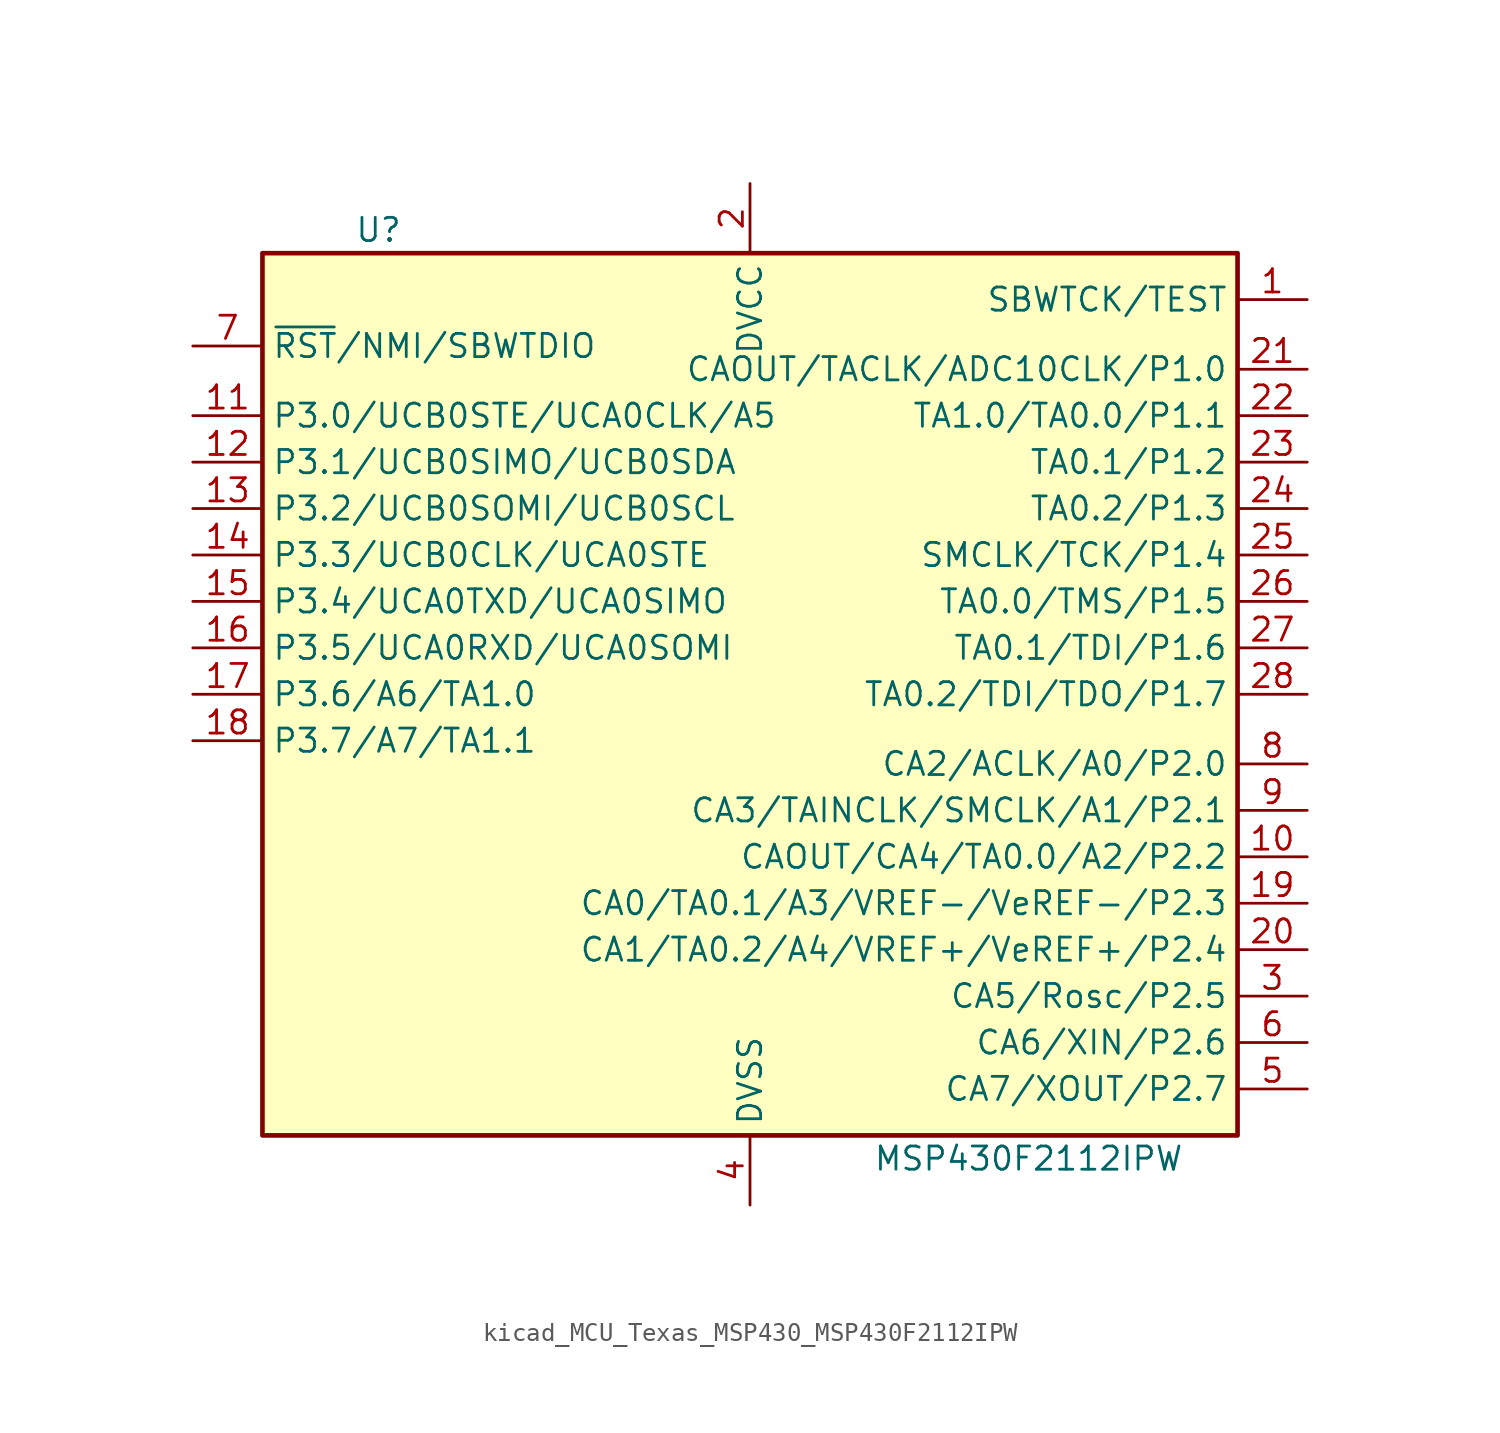
<source format=kicad_sym>
(kicad_symbol_lib
  (version 20220914)
  (generator kicad_symbol_editor)
  (symbol "kicad_MCU_Texas_MSP430_MSP430F2112IPW"
    (property "Reference" "U"
      (at -20.32 25.4 0)
      (effects (font (size 1.27 1.27))))
    (property "Value" "MSP430F2112IPW"
      (at 15.24 -25.4 0)
      (effects (font (size 1.27 1.27))))
    (symbol "kicad_MCU_Texas_MSP430_MSP430F2112IPW_0_1"
      (rectangle (start -26.67 24.13) (end 26.67 -24.13) (stroke (width 0.254) (type default)) (fill (type background))))
    (symbol "kicad_MCU_Texas_MSP430_MSP430F2112IPW_1_1"
      (pin input line (at 30.48 21.59 180) (length 3.81) (name "SBWTCK/TEST" (effects (font (size 1.27 1.27)))) (number "1" (effects (font (size 1.27 1.27)))))
      (pin bidirectional line (at 30.48 -8.89 180) (length 3.81) (name "CAOUT/CA4/TA0.0/A2/P2.2" (effects (font (size 1.27 1.27)))) (number "10" (effects (font (size 1.27 1.27)))))
      (pin bidirectional line (at -30.48 15.24 0) (length 3.81) (name "P3.0/UCB0STE/UCA0CLK/A5" (effects (font (size 1.27 1.27)))) (number "11" (effects (font (size 1.27 1.27)))))
      (pin bidirectional line (at -30.48 12.7 0) (length 3.81) (name "P3.1/UCB0SIMO/UCB0SDA" (effects (font (size 1.27 1.27)))) (number "12" (effects (font (size 1.27 1.27)))))
      (pin bidirectional line (at -30.48 10.16 0) (length 3.81) (name "P3.2/UCB0SOMI/UCB0SCL" (effects (font (size 1.27 1.27)))) (number "13" (effects (font (size 1.27 1.27)))))
      (pin bidirectional line (at -30.48 7.62 0) (length 3.81) (name "P3.3/UCB0CLK/UCA0STE" (effects (font (size 1.27 1.27)))) (number "14" (effects (font (size 1.27 1.27)))))
      (pin bidirectional line (at -30.48 5.08 0) (length 3.81) (name "P3.4/UCA0TXD/UCA0SIMO" (effects (font (size 1.27 1.27)))) (number "15" (effects (font (size 1.27 1.27)))))
      (pin bidirectional line (at -30.48 2.54 0) (length 3.81) (name "P3.5/UCA0RXD/UCA0SOMI" (effects (font (size 1.27 1.27)))) (number "16" (effects (font (size 1.27 1.27)))))
      (pin bidirectional line (at -30.48 0 0) (length 3.81) (name "P3.6/A6/TA1.0" (effects (font (size 1.27 1.27)))) (number "17" (effects (font (size 1.27 1.27)))))
      (pin bidirectional line (at -30.48 -2.54 0) (length 3.81) (name "P3.7/A7/TA1.1" (effects (font (size 1.27 1.27)))) (number "18" (effects (font (size 1.27 1.27)))))
      (pin bidirectional line (at 30.48 -11.43 180) (length 3.81) (name "CA0/TA0.1/A3/VREF-/VeREF-/P2.3" (effects (font (size 1.27 1.27)))) (number "19" (effects (font (size 1.27 1.27)))))
      (pin power_in line (at 0 27.94 270) (length 3.81) (name "DVCC" (effects (font (size 1.27 1.27)))) (number "2" (effects (font (size 1.27 1.27)))))
      (pin bidirectional line (at 30.48 -13.97 180) (length 3.81) (name "CA1/TA0.2/A4/VREF+/VeREF+/P2.4" (effects (font (size 1.27 1.27)))) (number "20" (effects (font (size 1.27 1.27)))))
      (pin bidirectional line (at 30.48 17.78 180) (length 3.81) (name "CAOUT/TACLK/ADC10CLK/P1.0" (effects (font (size 1.27 1.27)))) (number "21" (effects (font (size 1.27 1.27)))))
      (pin bidirectional line (at 30.48 15.24 180) (length 3.81) (name "TA1.0/TA0.0/P1.1" (effects (font (size 1.27 1.27)))) (number "22" (effects (font (size 1.27 1.27)))))
      (pin bidirectional line (at 30.48 12.7 180) (length 3.81) (name "TA0.1/P1.2" (effects (font (size 1.27 1.27)))) (number "23" (effects (font (size 1.27 1.27)))))
      (pin bidirectional line (at 30.48 10.16 180) (length 3.81) (name "TA0.2/P1.3" (effects (font (size 1.27 1.27)))) (number "24" (effects (font (size 1.27 1.27)))))
      (pin bidirectional line (at 30.48 7.62 180) (length 3.81) (name "SMCLK/TCK/P1.4" (effects (font (size 1.27 1.27)))) (number "25" (effects (font (size 1.27 1.27)))))
      (pin bidirectional line (at 30.48 5.08 180) (length 3.81) (name "TA0.0/TMS/P1.5" (effects (font (size 1.27 1.27)))) (number "26" (effects (font (size 1.27 1.27)))))
      (pin bidirectional line (at 30.48 2.54 180) (length 3.81) (name "TA0.1/TDI/P1.6" (effects (font (size 1.27 1.27)))) (number "27" (effects (font (size 1.27 1.27)))))
      (pin bidirectional line (at 30.48 0 180) (length 3.81) (name "TA0.2/TDI/TDO/P1.7" (effects (font (size 1.27 1.27)))) (number "28" (effects (font (size 1.27 1.27)))))
      (pin bidirectional line (at 30.48 -16.51 180) (length 3.81) (name "CA5/Rosc/P2.5" (effects (font (size 1.27 1.27)))) (number "3" (effects (font (size 1.27 1.27)))))
      (pin power_in line (at 0 -27.94 90) (length 3.81) (name "DVSS" (effects (font (size 1.27 1.27)))) (number "4" (effects (font (size 1.27 1.27)))))
      (pin bidirectional line (at 30.48 -21.59 180) (length 3.81) (name "CA7/XOUT/P2.7" (effects (font (size 1.27 1.27)))) (number "5" (effects (font (size 1.27 1.27)))))
      (pin bidirectional line (at 30.48 -19.05 180) (length 3.81) (name "CA6/XIN/P2.6" (effects (font (size 1.27 1.27)))) (number "6" (effects (font (size 1.27 1.27)))))
      (pin bidirectional line (at -30.48 19.05 0) (length 3.81) (name "~{RST}/NMI/SBWTDIO" (effects (font (size 1.27 1.27)))) (number "7" (effects (font (size 1.27 1.27)))))
      (pin bidirectional line (at 30.48 -3.81 180) (length 3.81) (name "CA2/ACLK/A0/P2.0" (effects (font (size 1.27 1.27)))) (number "8" (effects (font (size 1.27 1.27)))))
      (pin bidirectional line (at 30.48 -6.35 180) (length 3.81) (name "CA3/TAINCLK/SMCLK/A1/P2.1" (effects (font (size 1.27 1.27)))) (number "9" (effects (font (size 1.27 1.27))))))))
</source>
